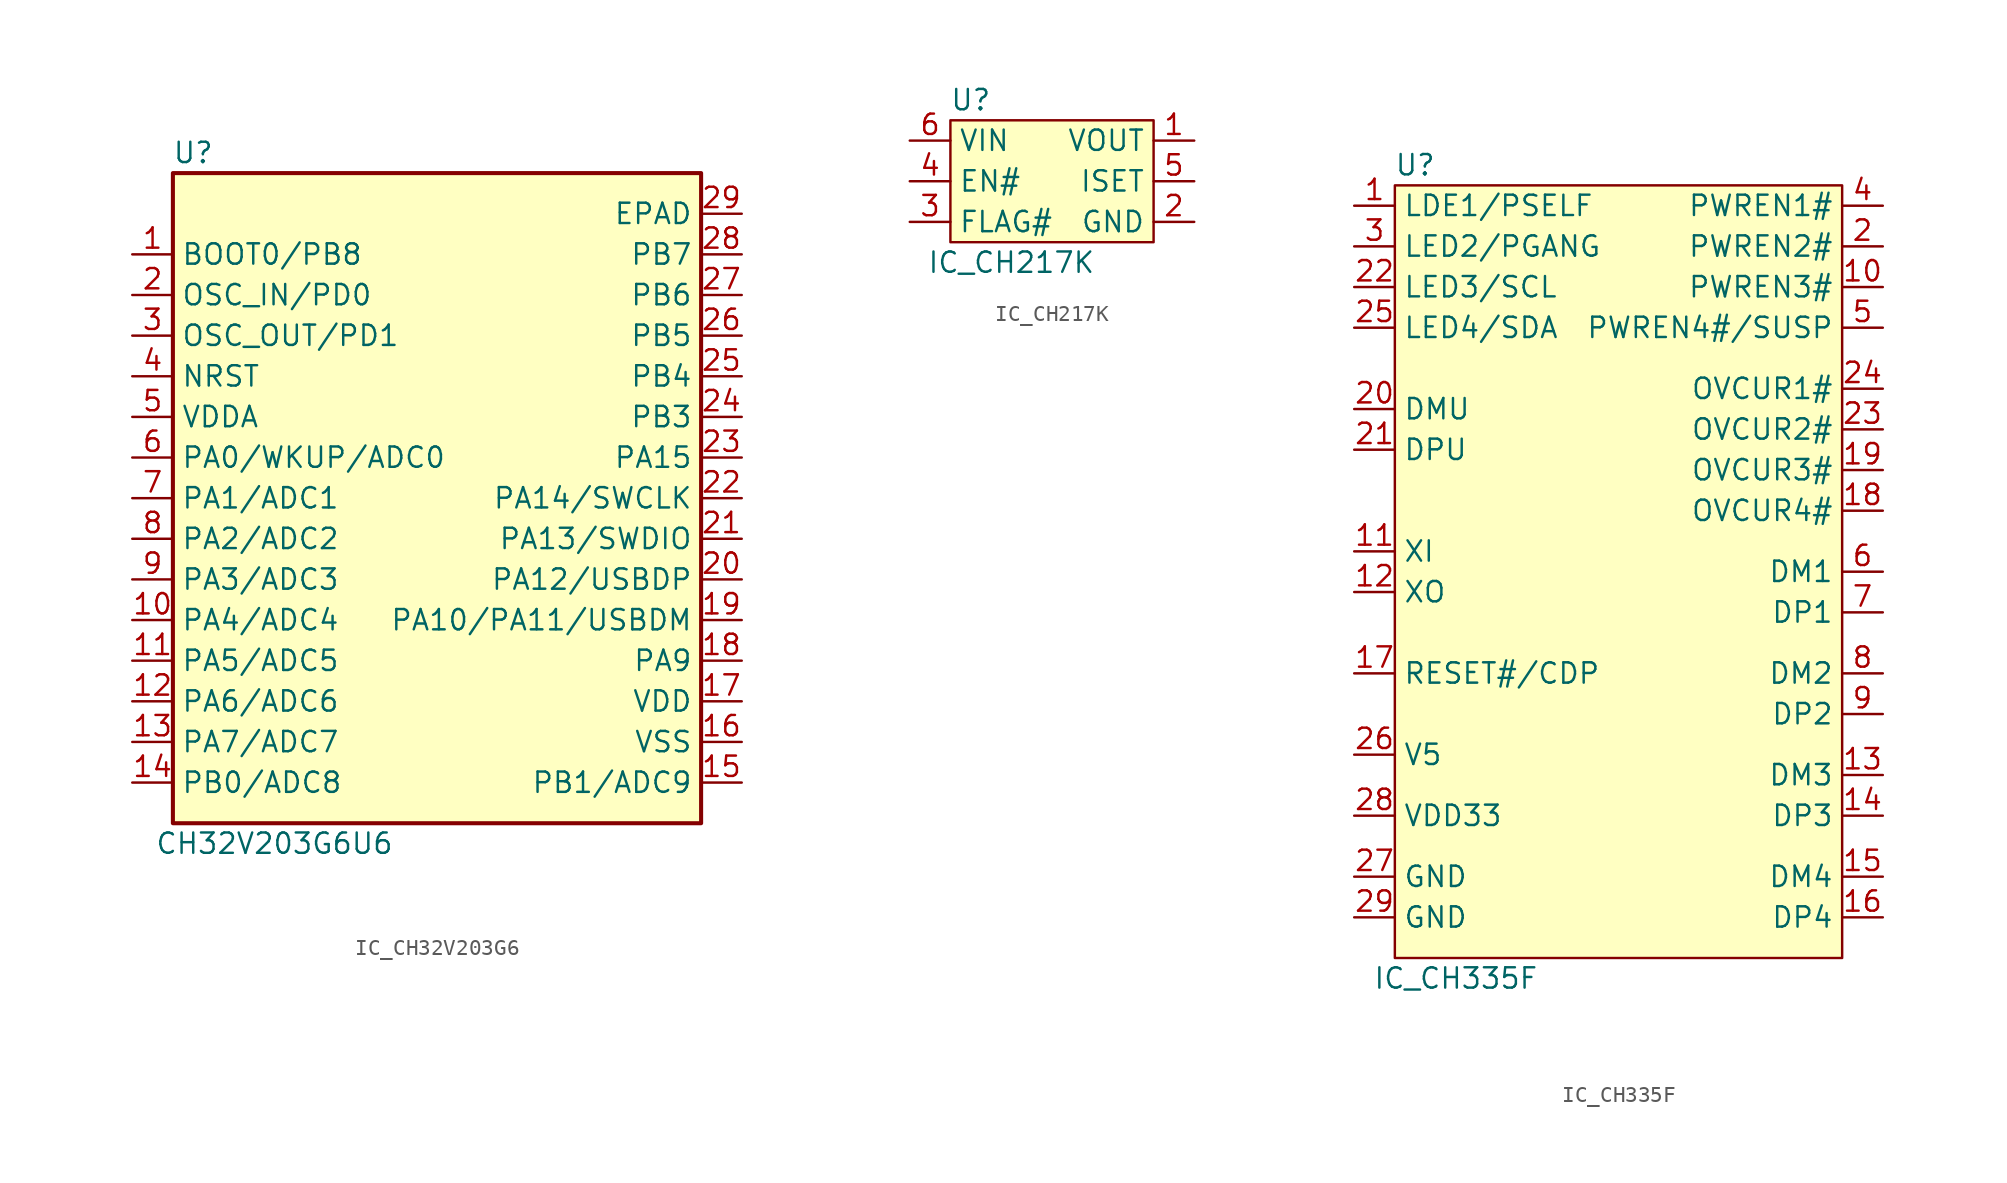
<source format=kicad_sym>
(kicad_symbol_lib
  (version 20241209)
  (generator "kicad_symbol_editor")
  (generator_version "9.0")
  (symbol "IC_CH32V203G6"
    (property "Reference" "U"
      (at -15.24 21.59 0)
      (effects (font (size 1.27 1.27))))
    (property "Value" "CH32V203G6U6"
      (at -10.16 -21.59 0)
      (effects (font (size 1.27 1.27))))
    (symbol "IC_CH32V203G6_0_0"
      (pin bidirectional line (at -19.05 15.24 0) (length 2.54) (name "BOOT0/PB8" (effects (font (size 1.27 1.27)))) (number "1" (effects (font (size 1.27 1.27)))))
      (pin bidirectional line (at -19.05 12.7 0) (length 2.54) (name "OSC_IN/PD0" (effects (font (size 1.27 1.27)))) (number "2" (effects (font (size 1.27 1.27)))))
      (pin bidirectional line (at -19.05 10.16 0) (length 2.54) (name "OSC_OUT/PD1" (effects (font (size 1.27 1.27)))) (number "3" (effects (font (size 1.27 1.27)))))
      (pin input line (at -19.05 7.62 0) (length 2.54) (name "NRST" (effects (font (size 1.27 1.27)))) (number "4" (effects (font (size 1.27 1.27)))))
      (pin passive line (at -19.05 5.08 0) (length 2.54) (name "VDDA" (effects (font (size 1.27 1.27)))) (number "5" (effects (font (size 1.27 1.27)))))
      (pin bidirectional line (at -19.05 2.54 0) (length 2.54) (name "PA0/WKUP/ADC0" (effects (font (size 1.27 1.27)))) (number "6" (effects (font (size 1.27 1.27)))))
      (pin bidirectional line (at -19.05 0 0) (length 2.54) (name "PA1/ADC1" (effects (font (size 1.27 1.27)))) (number "7" (effects (font (size 1.27 1.27)))))
      (pin bidirectional line (at -19.05 -2.54 0) (length 2.54) (name "PA2/ADC2" (effects (font (size 1.27 1.27)))) (number "8" (effects (font (size 1.27 1.27)))))
      (pin bidirectional line (at -19.05 -5.08 0) (length 2.54) (name "PA3/ADC3" (effects (font (size 1.27 1.27)))) (number "9" (effects (font (size 1.27 1.27)))))
      (pin tri_state line (at -19.05 -7.62 0) (length 2.54) (name "PA4/ADC4" (effects (font (size 1.27 1.27)))) (number "10" (effects (font (size 1.27 1.27)))))
      (pin bidirectional line (at -19.05 -10.16 0) (length 2.54) (name "PA5/ADC5" (effects (font (size 1.27 1.27)))) (number "11" (effects (font (size 1.27 1.27)))))
      (pin bidirectional line (at -19.05 -12.7 0) (length 2.54) (name "PA6/ADC6" (effects (font (size 1.27 1.27)))) (number "12" (effects (font (size 1.27 1.27)))))
      (pin bidirectional line (at -19.05 -15.24 0) (length 2.54) (name "PA7/ADC7" (effects (font (size 1.27 1.27)))) (number "13" (effects (font (size 1.27 1.27)))))
      (pin bidirectional line (at -19.05 -17.78 0) (length 2.54) (name "PB0/ADC8" (effects (font (size 1.27 1.27)))) (number "14" (effects (font (size 1.27 1.27)))))
      (pin passive line (at 19.05 17.78 180) (length 2.54) (name "EPAD" (effects (font (size 1.27 1.27)))) (number "29" (effects (font (size 1.27 1.27)))))
      (pin bidirectional line (at 19.05 15.24 180) (length 2.54) (name "PB7" (effects (font (size 1.27 1.27)))) (number "28" (effects (font (size 1.27 1.27)))))
      (pin bidirectional line (at 19.05 12.7 180) (length 2.54) (name "PB6" (effects (font (size 1.27 1.27)))) (number "27" (effects (font (size 1.27 1.27)))))
      (pin bidirectional line (at 19.05 10.16 180) (length 2.54) (name "PB5" (effects (font (size 1.27 1.27)))) (number "26" (effects (font (size 1.27 1.27)))))
      (pin bidirectional line (at 19.05 7.62 180) (length 2.54) (name "PB4" (effects (font (size 1.27 1.27)))) (number "25" (effects (font (size 1.27 1.27)))))
      (pin bidirectional line (at 19.05 5.08 180) (length 2.54) (name "PB3" (effects (font (size 1.27 1.27)))) (number "24" (effects (font (size 1.27 1.27)))))
      (pin bidirectional line (at 19.05 2.54 180) (length 2.54) (name "PA15" (effects (font (size 1.27 1.27)))) (number "23" (effects (font (size 1.27 1.27)))))
      (pin bidirectional line (at 19.05 0 180) (length 2.54) (name "PA14/SWCLK" (effects (font (size 1.27 1.27)))) (number "22" (effects (font (size 1.27 1.27)))))
      (pin bidirectional line (at 19.05 -2.54 180) (length 2.54) (name "PA13/SWDIO" (effects (font (size 1.27 1.27)))) (number "21" (effects (font (size 1.27 1.27)))))
      (pin bidirectional line (at 19.05 -5.08 180) (length 2.54) (name "PA12/USBDP" (effects (font (size 1.27 1.27)))) (number "20" (effects (font (size 1.27 1.27)))))
      (pin bidirectional line (at 19.05 -7.62 180) (length 2.54) (name "PA10/PA11/USBDM" (effects (font (size 1.27 1.27)))) (number "19" (effects (font (size 1.27 1.27)))))
      (pin bidirectional line (at 19.05 -10.16 180) (length 2.54) (name "PA9" (effects (font (size 1.27 1.27)))) (number "18" (effects (font (size 1.27 1.27)))))
      (pin passive line (at 19.05 -12.7 180) (length 2.54) (name "VDD" (effects (font (size 1.27 1.27)))) (number "17" (effects (font (size 1.27 1.27)))))
      (pin passive line (at 19.05 -15.24 180) (length 2.54) (name "VSS" (effects (font (size 1.27 1.27)))) (number "16" (effects (font (size 1.27 1.27)))))
      (pin bidirectional line (at 19.05 -17.78 180) (length 2.54) (name "PB1/ADC9" (effects (font (size 1.27 1.27)))) (number "15" (effects (font (size 1.27 1.27))))))
    (symbol "IC_CH32V203G6_0_1"
      (rectangle (start -16.51 20.32) (end 16.51 -20.32) (stroke (width 0.254) (type default)) (fill (type background)))))
  (symbol "IC_CH217K"
    (property "Reference" "U"
      (at -5.08 5.08 0)
      (effects (font (size 1.27 1.27))))
    (property "Value" "IC_CH217K"
      (at -2.54 -5.08 0)
      (effects (font (size 1.27 1.27))))
    (symbol "IC_CH217K_0_0"
      (pin passive line (at -8.89 2.54 0) (length 2.54) (name "VIN" (effects (font (size 1.27 1.27)))) (number "6" (effects (font (size 1.27 1.27)))))
      (pin input line (at -8.89 0 0) (length 2.54) (name "EN#" (effects (font (size 1.27 1.27)))) (number "4" (effects (font (size 1.27 1.27)))))
      (pin output line (at -8.89 -2.54 0) (length 2.54) (name "FLAG#" (effects (font (size 1.27 1.27)))) (number "3" (effects (font (size 1.27 1.27)))))
      (pin passive line (at 8.89 2.54 180) (length 2.54) (name "VOUT" (effects (font (size 1.27 1.27)))) (number "1" (effects (font (size 1.27 1.27)))))
      (pin passive line (at 8.89 0 180) (length 2.54) (name "ISET" (effects (font (size 1.27 1.27)))) (number "5" (effects (font (size 1.27 1.27)))))
      (pin passive line (at 8.89 -2.54 180) (length 2.54) (name "GND" (effects (font (size 1.27 1.27)))) (number "2" (effects (font (size 1.27 1.27))))))
    (symbol "IC_CH217K_1_1"
      (rectangle (start -6.35 3.81) (end 6.35 -3.81) (stroke (width 0) (type default)) (fill (type background)))))
  (symbol "IC_CH335F"
    (property "Reference" "U"
      (at -12.7 25.4 0)
      (effects (font (size 1.27 1.27))))
    (property "Value" "IC_CH335F"
      (at -10.16 -25.4 0)
      (effects (font (size 1.27 1.27))))
    (symbol "IC_CH335F_1_0"
      (pin bidirectional line (at -16.51 20.32 0) (length 2.54) (name "LED2/PGANG" (effects (font (size 1.27 1.27)))) (number "3" (effects (font (size 1.27 1.27)))))
      (pin bidirectional line (at -16.51 17.78 0) (length 2.54) (name "LED3/SCL" (effects (font (size 1.27 1.27)))) (number "22" (effects (font (size 1.27 1.27)))))
      (pin bidirectional line (at -16.51 15.24 0) (length 2.54) (name "LED4/SDA" (effects (font (size 1.27 1.27)))) (number "25" (effects (font (size 1.27 1.27)))))
      (pin bidirectional line (at -16.51 10.16 0) (length 2.54) (name "DMU" (effects (font (size 1.27 1.27)))) (number "20" (effects (font (size 1.27 1.27)))))
      (pin bidirectional line (at -16.51 7.62 0) (length 2.54) (name "DPU" (effects (font (size 1.27 1.27)))) (number "21" (effects (font (size 1.27 1.27)))))
      (pin passive line (at -16.51 1.27 0) (length 2.54) (name "XI" (effects (font (size 1.27 1.27)))) (number "11" (effects (font (size 1.27 1.27)))))
      (pin passive line (at -16.51 -1.27 0) (length 2.54) (name "XO" (effects (font (size 1.27 1.27)))) (number "12" (effects (font (size 1.27 1.27)))))
      (pin bidirectional line (at -16.51 -6.35 0) (length 2.54) (name "RESET#/CDP" (effects (font (size 1.27 1.27)))) (number "17" (effects (font (size 1.27 1.27)))))
      (pin passive line (at -16.51 -11.43 0) (length 2.54) (name "V5" (effects (font (size 1.27 1.27)))) (number "26" (effects (font (size 1.27 1.27)))))
      (pin passive line (at -16.51 -15.24 0) (length 2.54) (name "VDD33" (effects (font (size 1.27 1.27)))) (number "28" (effects (font (size 1.27 1.27)))))
      (pin passive line (at -16.51 -19.05 0) (length 2.54) (name "GND" (effects (font (size 1.27 1.27)))) (number "27" (effects (font (size 1.27 1.27)))))
      (pin passive line (at -16.51 -21.59 0) (length 2.54) (name "GND" (effects (font (size 1.27 1.27)))) (number "29" (effects (font (size 1.27 1.27)))))
      (pin output line (at 16.51 22.86 180) (length 2.54) (name "PWREN1#" (effects (font (size 1.27 1.27)))) (number "4" (effects (font (size 1.27 1.27)))))
      (pin output line (at 16.51 20.32 180) (length 2.54) (name "PWREN2#" (effects (font (size 1.27 1.27)))) (number "2" (effects (font (size 1.27 1.27)))))
      (pin output line (at 16.51 17.78 180) (length 2.54) (name "PWREN3#" (effects (font (size 1.27 1.27)))) (number "10" (effects (font (size 1.27 1.27)))))
      (pin output line (at 16.51 15.24 180) (length 2.54) (name "PWREN4#/SUSP" (effects (font (size 1.27 1.27)))) (number "5" (effects (font (size 1.27 1.27)))))
      (pin input line (at 16.51 11.43 180) (length 2.54) (name "OVCUR1#" (effects (font (size 1.27 1.27)))) (number "24" (effects (font (size 1.27 1.27)))))
      (pin input line (at 16.51 8.89 180) (length 2.54) (name "OVCUR2#" (effects (font (size 1.27 1.27)))) (number "23" (effects (font (size 1.27 1.27)))))
      (pin input line (at 16.51 6.35 180) (length 2.54) (name "OVCUR3#" (effects (font (size 1.27 1.27)))) (number "19" (effects (font (size 1.27 1.27)))))
      (pin input line (at 16.51 3.81 180) (length 2.54) (name "OVCUR4#" (effects (font (size 1.27 1.27)))) (number "18" (effects (font (size 1.27 1.27)))))
      (pin bidirectional line (at 16.51 0 180) (length 2.54) (name "DM1" (effects (font (size 1.27 1.27)))) (number "6" (effects (font (size 1.27 1.27)))))
      (pin bidirectional line (at 16.51 -2.54 180) (length 2.54) (name "DP1" (effects (font (size 1.27 1.27)))) (number "7" (effects (font (size 1.27 1.27)))))
      (pin bidirectional line (at 16.51 -6.35 180) (length 2.54) (name "DM2" (effects (font (size 1.27 1.27)))) (number "8" (effects (font (size 1.27 1.27)))))
      (pin bidirectional line (at 16.51 -8.89 180) (length 2.54) (name "DP2" (effects (font (size 1.27 1.27)))) (number "9" (effects (font (size 1.27 1.27)))))
      (pin bidirectional line (at 16.51 -12.7 180) (length 2.54) (name "DM3" (effects (font (size 1.27 1.27)))) (number "13" (effects (font (size 1.27 1.27)))))
      (pin bidirectional line (at 16.51 -15.24 180) (length 2.54) (name "DP3" (effects (font (size 1.27 1.27)))) (number "14" (effects (font (size 1.27 1.27)))))
      (pin bidirectional line (at 16.51 -19.05 180) (length 2.54) (name "DM4" (effects (font (size 1.27 1.27)))) (number "15" (effects (font (size 1.27 1.27)))))
      (pin bidirectional line (at 16.51 -21.59 180) (length 2.54) (name "DP4" (effects (font (size 1.27 1.27)))) (number "16" (effects (font (size 1.27 1.27))))))
    (symbol "IC_CH335F_1_1"
      (rectangle (start -13.97 24.13) (end 13.97 -24.13) (stroke (width 0) (type default)) (fill (type background)))
      (pin bidirectional line (at -16.51 22.86 0) (length 2.54) (name "LDE1/PSELF" (effects (font (size 1.27 1.27)))) (number "1" (effects (font (size 1.27 1.27))))))))
</source>
